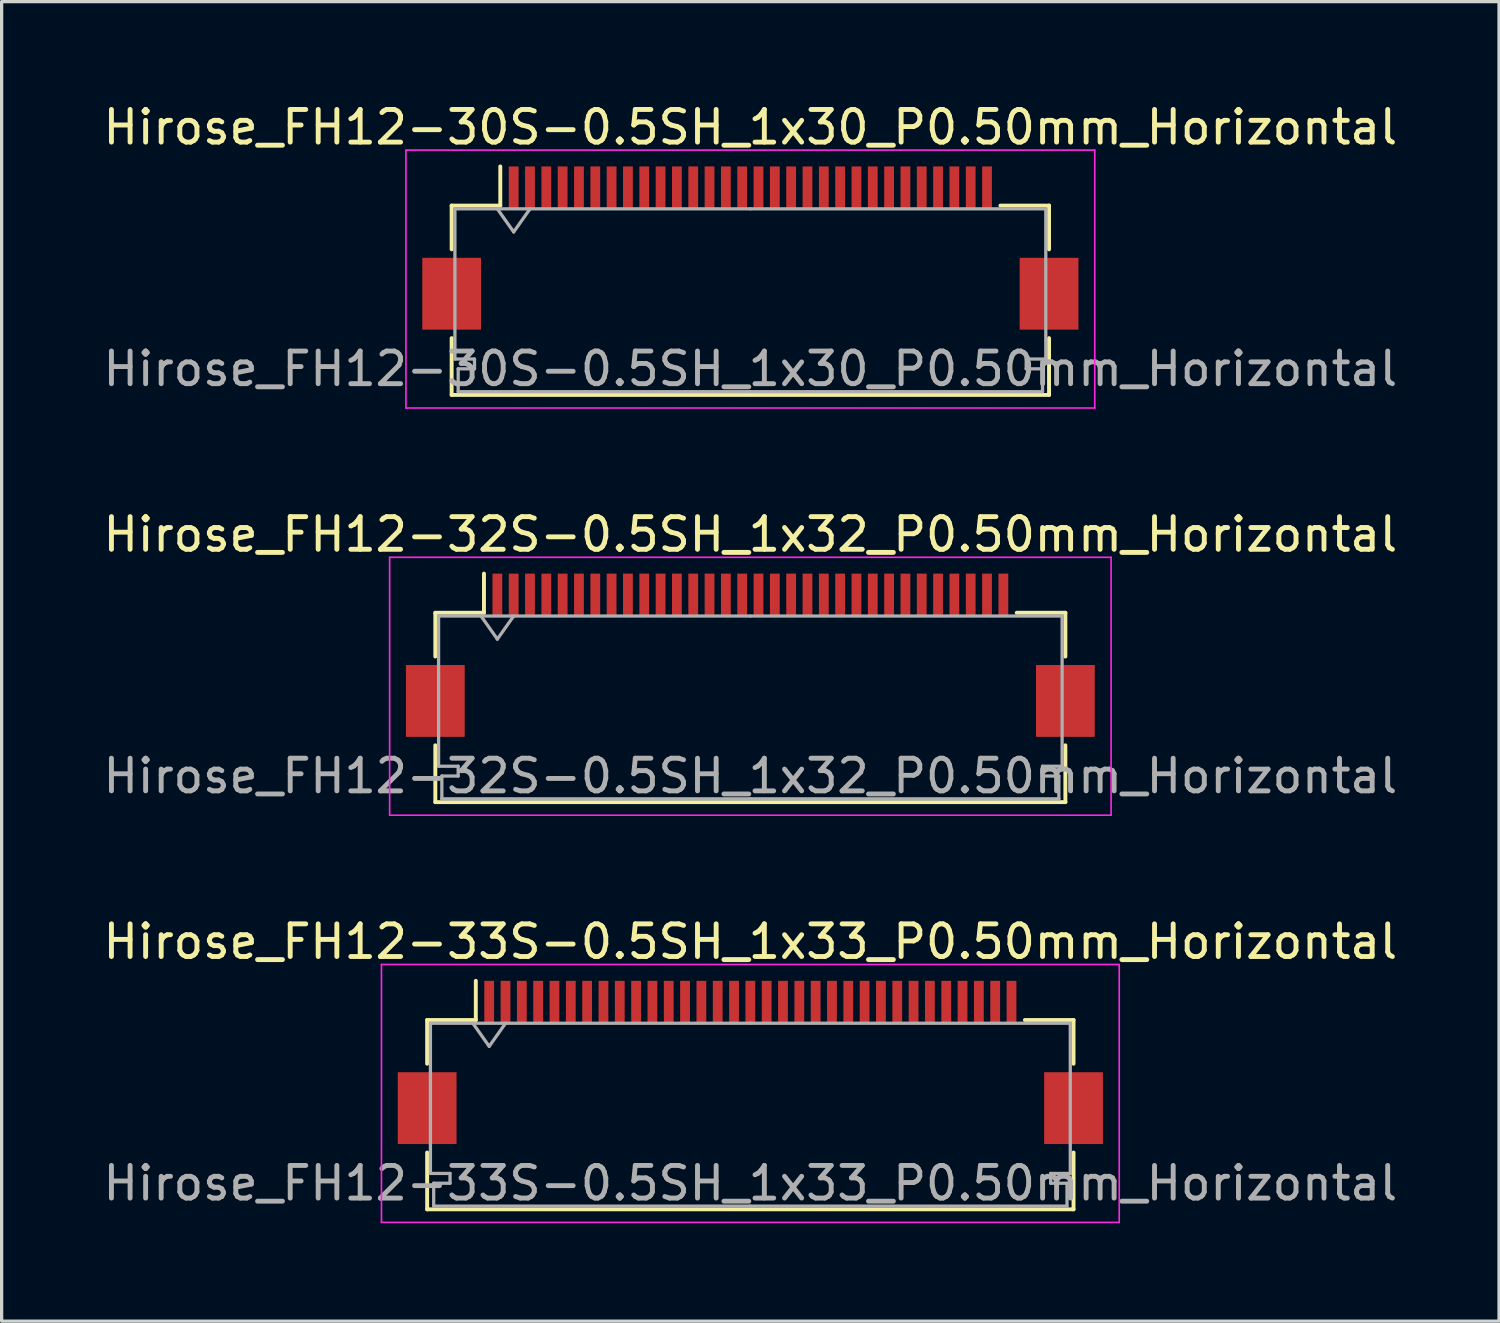
<source format=kicad_pcb>
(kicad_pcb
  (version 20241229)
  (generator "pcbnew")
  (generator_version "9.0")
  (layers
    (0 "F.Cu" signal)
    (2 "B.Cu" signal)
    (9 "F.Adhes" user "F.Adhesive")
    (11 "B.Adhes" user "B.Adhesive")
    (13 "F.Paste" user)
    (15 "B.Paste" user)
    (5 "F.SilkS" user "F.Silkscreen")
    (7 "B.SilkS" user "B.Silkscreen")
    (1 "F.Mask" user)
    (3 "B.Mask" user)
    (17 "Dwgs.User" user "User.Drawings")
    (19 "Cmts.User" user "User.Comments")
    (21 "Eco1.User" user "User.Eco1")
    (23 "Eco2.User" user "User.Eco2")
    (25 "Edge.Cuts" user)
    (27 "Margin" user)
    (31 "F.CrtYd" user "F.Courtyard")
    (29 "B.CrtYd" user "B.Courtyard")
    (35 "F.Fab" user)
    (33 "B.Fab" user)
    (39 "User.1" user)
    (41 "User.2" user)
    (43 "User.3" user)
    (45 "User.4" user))
  (footprint "Hirose_FH12-33S-0.5SH_1x33_P0.50mm_Horizontal"
    (layer "F.Cu")
    (at 19.935 29.495)
    (property "Reference" "Hirose_FH12-33S-0.5SH_1x33_P0.50mm_Horizontal" (at 0 -3.7 0) (layer "F.SilkS") (effects (font (size 1 1) (thickness 0.15))))
    (attr smd)
    (fp_line (start -9.9 -1.3) (end -9.9 0.04) (stroke (width 0.12) (type solid)) (layer "F.SilkS"))
    (fp_line (start -9.9 2.76) (end -9.9 4.5) (stroke (width 0.12) (type solid)) (layer "F.SilkS"))
    (fp_line (start -9.9 4.5) (end 9.9 4.5) (stroke (width 0.12) (type solid)) (layer "F.SilkS"))
    (fp_line (start -8.41 -1.3) (end -9.9 -1.3) (stroke (width 0.12) (type solid)) (layer "F.SilkS"))
    (fp_line (start -8.41 -1.3) (end -8.41 -2.5) (stroke (width 0.12) (type solid)) (layer "F.SilkS"))
    (fp_line (start 8.41 -1.3) (end 9.9 -1.3) (stroke (width 0.12) (type solid)) (layer "F.SilkS"))
    (fp_line (start 9.9 -1.3) (end 9.9 0.04) (stroke (width 0.12) (type solid)) (layer "F.SilkS"))
    (fp_line (start 9.9 4.5) (end 9.9 2.76) (stroke (width 0.12) (type solid)) (layer "F.SilkS"))
    (fp_line (start -11.3 -3) (end -11.3 4.9) (stroke (width 0.05) (type solid)) (layer "F.CrtYd"))
    (fp_line (start -11.3 4.9) (end 11.3 4.9) (stroke (width 0.05) (type solid)) (layer "F.CrtYd"))
    (fp_line (start 11.3 -3) (end -11.3 -3) (stroke (width 0.05) (type solid)) (layer "F.CrtYd"))
    (fp_line (start 11.3 4.9) (end 11.3 -3) (stroke (width 0.05) (type solid)) (layer "F.CrtYd"))
    (fp_line (start -9.8 -1.2) (end -9.8 3.4) (stroke (width 0.1) (type solid)) (layer "F.Fab"))
    (fp_line (start -9.8 3.4) (end -9.2 3.4) (stroke (width 0.1) (type solid)) (layer "F.Fab"))
    (fp_line (start -9.7 3.7) (end -9.7 4.4) (stroke (width 0.1) (type solid)) (layer "F.Fab"))
    (fp_line (start -9.7 4.4) (end 0 4.4) (stroke (width 0.1) (type solid)) (layer "F.Fab"))
    (fp_line (start -9.2 3.4) (end -9.2 3.7) (stroke (width 0.1) (type solid)) (layer "F.Fab"))
    (fp_line (start -9.2 3.7) (end -9.7 3.7) (stroke (width 0.1) (type solid)) (layer "F.Fab"))
    (fp_line (start -8.5 -1.2) (end -8 -0.493) (stroke (width 0.1) (type solid)) (layer "F.Fab"))
    (fp_line (start -8 -0.493) (end -7.5 -1.2) (stroke (width 0.1) (type solid)) (layer "F.Fab"))
    (fp_line (start 0 -1.2) (end -9.8 -1.2) (stroke (width 0.1) (type solid)) (layer "F.Fab"))
    (fp_line (start 0 -1.2) (end 9.8 -1.2) (stroke (width 0.1) (type solid)) (layer "F.Fab"))
    (fp_line (start 9.2 3.4) (end 9.2 3.7) (stroke (width 0.1) (type solid)) (layer "F.Fab"))
    (fp_line (start 9.2 3.7) (end 9.7 3.7) (stroke (width 0.1) (type solid)) (layer "F.Fab"))
    (fp_line (start 9.7 3.7) (end 9.7 4.4) (stroke (width 0.1) (type solid)) (layer "F.Fab"))
    (fp_line (start 9.7 4.4) (end 0 4.4) (stroke (width 0.1) (type solid)) (layer "F.Fab"))
    (fp_line (start 9.8 -1.2) (end 9.8 3.4) (stroke (width 0.1) (type solid)) (layer "F.Fab"))
    (fp_line (start 9.8 3.4) (end 9.2 3.4) (stroke (width 0.1) (type solid)) (layer "F.Fab"))
    (fp_text user "${REFERENCE}" (at 0 3.7 0) (layer "F.Fab") (effects (font (size 1 1) (thickness 0.15))))
    (pad "" smd rect (at -9.9 1.4) (size 1.8 2.2) (layers "F.Cu" "F.Mask" "F.Paste"))
    (pad "" smd rect (at 9.9 1.4) (size 1.8 2.2) (layers "F.Cu" "F.Mask" "F.Paste"))
    (pad "1" smd rect (at -8 -1.85) (size 0.3 1.3) (layers "F.Cu" "F.Mask" "F.Paste"))
    (pad "2" smd rect (at -7.5 -1.85) (size 0.3 1.3) (layers "F.Cu" "F.Mask" "F.Paste"))
    (pad "3" smd rect (at -7 -1.85) (size 0.3 1.3) (layers "F.Cu" "F.Mask" "F.Paste"))
    (pad "4" smd rect (at -6.5 -1.85) (size 0.3 1.3) (layers "F.Cu" "F.Mask" "F.Paste"))
    (pad "5" smd rect (at -6 -1.85) (size 0.3 1.3) (layers "F.Cu" "F.Mask" "F.Paste"))
    (pad "6" smd rect (at -5.5 -1.85) (size 0.3 1.3) (layers "F.Cu" "F.Mask" "F.Paste"))
    (pad "7" smd rect (at -5 -1.85) (size 0.3 1.3) (layers "F.Cu" "F.Mask" "F.Paste"))
    (pad "8" smd rect (at -4.5 -1.85) (size 0.3 1.3) (layers "F.Cu" "F.Mask" "F.Paste"))
    (pad "9" smd rect (at -4 -1.85) (size 0.3 1.3) (layers "F.Cu" "F.Mask" "F.Paste"))
    (pad "10" smd rect (at -3.5 -1.85) (size 0.3 1.3) (layers "F.Cu" "F.Mask" "F.Paste"))
    (pad "11" smd rect (at -3 -1.85) (size 0.3 1.3) (layers "F.Cu" "F.Mask" "F.Paste"))
    (pad "12" smd rect (at -2.5 -1.85) (size 0.3 1.3) (layers "F.Cu" "F.Mask" "F.Paste"))
    (pad "13" smd rect (at -2 -1.85) (size 0.3 1.3) (layers "F.Cu" "F.Mask" "F.Paste"))
    (pad "14" smd rect (at -1.5 -1.85) (size 0.3 1.3) (layers "F.Cu" "F.Mask" "F.Paste"))
    (pad "15" smd rect (at -1 -1.85) (size 0.3 1.3) (layers "F.Cu" "F.Mask" "F.Paste"))
    (pad "16" smd rect (at -0.5 -1.85) (size 0.3 1.3) (layers "F.Cu" "F.Mask" "F.Paste"))
    (pad "17" smd rect (at 0 -1.85) (size 0.3 1.3) (layers "F.Cu" "F.Mask" "F.Paste"))
    (pad "18" smd rect (at 0.5 -1.85) (size 0.3 1.3) (layers "F.Cu" "F.Mask" "F.Paste"))
    (pad "19" smd rect (at 1 -1.85) (size 0.3 1.3) (layers "F.Cu" "F.Mask" "F.Paste"))
    (pad "20" smd rect (at 1.5 -1.85) (size 0.3 1.3) (layers "F.Cu" "F.Mask" "F.Paste"))
    (pad "21" smd rect (at 2 -1.85) (size 0.3 1.3) (layers "F.Cu" "F.Mask" "F.Paste"))
    (pad "22" smd rect (at 2.5 -1.85) (size 0.3 1.3) (layers "F.Cu" "F.Mask" "F.Paste"))
    (pad "23" smd rect (at 3 -1.85) (size 0.3 1.3) (layers "F.Cu" "F.Mask" "F.Paste"))
    (pad "24" smd rect (at 3.5 -1.85) (size 0.3 1.3) (layers "F.Cu" "F.Mask" "F.Paste"))
    (pad "25" smd rect (at 4 -1.85) (size 0.3 1.3) (layers "F.Cu" "F.Mask" "F.Paste"))
    (pad "26" smd rect (at 4.5 -1.85) (size 0.3 1.3) (layers "F.Cu" "F.Mask" "F.Paste"))
    (pad "27" smd rect (at 5 -1.85) (size 0.3 1.3) (layers "F.Cu" "F.Mask" "F.Paste"))
    (pad "28" smd rect (at 5.5 -1.85) (size 0.3 1.3) (layers "F.Cu" "F.Mask" "F.Paste"))
    (pad "29" smd rect (at 6 -1.85) (size 0.3 1.3) (layers "F.Cu" "F.Mask" "F.Paste"))
    (pad "30" smd rect (at 6.5 -1.85) (size 0.3 1.3) (layers "F.Cu" "F.Mask" "F.Paste"))
    (pad "31" smd rect (at 7 -1.85) (size 0.3 1.3) (layers "F.Cu" "F.Mask" "F.Paste"))
    (pad "32" smd rect (at 7.5 -1.85) (size 0.3 1.3) (layers "F.Cu" "F.Mask" "F.Paste"))
    (pad "33" smd rect (at 8 -1.85) (size 0.3 1.3) (layers "F.Cu" "F.Mask" "F.Paste")))
  (footprint "Hirose_FH12-30S-0.5SH_1x30_P0.50mm_Horizontal"
    (layer "F.Cu")
    (at 19.935 4.548)
    (property "Reference" "Hirose_FH12-30S-0.5SH_1x30_P0.50mm_Horizontal" (at 0 -3.7 0) (layer "F.SilkS") (effects (font (size 1 1) (thickness 0.15))))
    (attr smd)
    (fp_line (start -9.15 -1.3) (end -9.15 0.04) (stroke (width 0.12) (type solid)) (layer "F.SilkS"))
    (fp_line (start -9.15 2.76) (end -9.15 4.5) (stroke (width 0.12) (type solid)) (layer "F.SilkS"))
    (fp_line (start -9.15 4.5) (end 9.15 4.5) (stroke (width 0.12) (type solid)) (layer "F.SilkS"))
    (fp_line (start -7.66 -1.3) (end -9.15 -1.3) (stroke (width 0.12) (type solid)) (layer "F.SilkS"))
    (fp_line (start -7.66 -1.3) (end -7.66 -2.5) (stroke (width 0.12) (type solid)) (layer "F.SilkS"))
    (fp_line (start 7.66 -1.3) (end 9.15 -1.3) (stroke (width 0.12) (type solid)) (layer "F.SilkS"))
    (fp_line (start 9.15 -1.3) (end 9.15 0.04) (stroke (width 0.12) (type solid)) (layer "F.SilkS"))
    (fp_line (start 9.15 4.5) (end 9.15 2.76) (stroke (width 0.12) (type solid)) (layer "F.SilkS"))
    (fp_line (start -10.55 -3) (end -10.55 4.9) (stroke (width 0.05) (type solid)) (layer "F.CrtYd"))
    (fp_line (start -10.55 4.9) (end 10.55 4.9) (stroke (width 0.05) (type solid)) (layer "F.CrtYd"))
    (fp_line (start 10.55 -3) (end -10.55 -3) (stroke (width 0.05) (type solid)) (layer "F.CrtYd"))
    (fp_line (start 10.55 4.9) (end 10.55 -3) (stroke (width 0.05) (type solid)) (layer "F.CrtYd"))
    (fp_line (start -9.05 -1.2) (end -9.05 3.4) (stroke (width 0.1) (type solid)) (layer "F.Fab"))
    (fp_line (start -9.05 3.4) (end -8.45 3.4) (stroke (width 0.1) (type solid)) (layer "F.Fab"))
    (fp_line (start -8.95 3.7) (end -8.95 4.4) (stroke (width 0.1) (type solid)) (layer "F.Fab"))
    (fp_line (start -8.95 4.4) (end 0 4.4) (stroke (width 0.1) (type solid)) (layer "F.Fab"))
    (fp_line (start -8.45 3.4) (end -8.45 3.7) (stroke (width 0.1) (type solid)) (layer "F.Fab"))
    (fp_line (start -8.45 3.7) (end -8.95 3.7) (stroke (width 0.1) (type solid)) (layer "F.Fab"))
    (fp_line (start -7.75 -1.2) (end -7.25 -0.493) (stroke (width 0.1) (type solid)) (layer "F.Fab"))
    (fp_line (start -7.25 -0.493) (end -6.75 -1.2) (stroke (width 0.1) (type solid)) (layer "F.Fab"))
    (fp_line (start 0 -1.2) (end -9.05 -1.2) (stroke (width 0.1) (type solid)) (layer "F.Fab"))
    (fp_line (start 0 -1.2) (end 9.05 -1.2) (stroke (width 0.1) (type solid)) (layer "F.Fab"))
    (fp_line (start 8.45 3.4) (end 8.45 3.7) (stroke (width 0.1) (type solid)) (layer "F.Fab"))
    (fp_line (start 8.45 3.7) (end 8.95 3.7) (stroke (width 0.1) (type solid)) (layer "F.Fab"))
    (fp_line (start 8.95 3.7) (end 8.95 4.4) (stroke (width 0.1) (type solid)) (layer "F.Fab"))
    (fp_line (start 8.95 4.4) (end 0 4.4) (stroke (width 0.1) (type solid)) (layer "F.Fab"))
    (fp_line (start 9.05 -1.2) (end 9.05 3.4) (stroke (width 0.1) (type solid)) (layer "F.Fab"))
    (fp_line (start 9.05 3.4) (end 8.45 3.4) (stroke (width 0.1) (type solid)) (layer "F.Fab"))
    (fp_text user "${REFERENCE}" (at 0 3.7 0) (layer "F.Fab") (effects (font (size 1 1) (thickness 0.15))))
    (pad "" smd rect (at -9.15 1.4) (size 1.8 2.2) (layers "F.Cu" "F.Mask" "F.Paste"))
    (pad "" smd rect (at 9.15 1.4) (size 1.8 2.2) (layers "F.Cu" "F.Mask" "F.Paste"))
    (pad "1" smd rect (at -7.25 -1.85) (size 0.3 1.3) (layers "F.Cu" "F.Mask" "F.Paste"))
    (pad "2" smd rect (at -6.75 -1.85) (size 0.3 1.3) (layers "F.Cu" "F.Mask" "F.Paste"))
    (pad "3" smd rect (at -6.25 -1.85) (size 0.3 1.3) (layers "F.Cu" "F.Mask" "F.Paste"))
    (pad "4" smd rect (at -5.75 -1.85) (size 0.3 1.3) (layers "F.Cu" "F.Mask" "F.Paste"))
    (pad "5" smd rect (at -5.25 -1.85) (size 0.3 1.3) (layers "F.Cu" "F.Mask" "F.Paste"))
    (pad "6" smd rect (at -4.75 -1.85) (size 0.3 1.3) (layers "F.Cu" "F.Mask" "F.Paste"))
    (pad "7" smd rect (at -4.25 -1.85) (size 0.3 1.3) (layers "F.Cu" "F.Mask" "F.Paste"))
    (pad "8" smd rect (at -3.75 -1.85) (size 0.3 1.3) (layers "F.Cu" "F.Mask" "F.Paste"))
    (pad "9" smd rect (at -3.25 -1.85) (size 0.3 1.3) (layers "F.Cu" "F.Mask" "F.Paste"))
    (pad "10" smd rect (at -2.75 -1.85) (size 0.3 1.3) (layers "F.Cu" "F.Mask" "F.Paste"))
    (pad "11" smd rect (at -2.25 -1.85) (size 0.3 1.3) (layers "F.Cu" "F.Mask" "F.Paste"))
    (pad "12" smd rect (at -1.75 -1.85) (size 0.3 1.3) (layers "F.Cu" "F.Mask" "F.Paste"))
    (pad "13" smd rect (at -1.25 -1.85) (size 0.3 1.3) (layers "F.Cu" "F.Mask" "F.Paste"))
    (pad "14" smd rect (at -0.75 -1.85) (size 0.3 1.3) (layers "F.Cu" "F.Mask" "F.Paste"))
    (pad "15" smd rect (at -0.25 -1.85) (size 0.3 1.3) (layers "F.Cu" "F.Mask" "F.Paste"))
    (pad "16" smd rect (at 0.25 -1.85) (size 0.3 1.3) (layers "F.Cu" "F.Mask" "F.Paste"))
    (pad "17" smd rect (at 0.75 -1.85) (size 0.3 1.3) (layers "F.Cu" "F.Mask" "F.Paste"))
    (pad "18" smd rect (at 1.25 -1.85) (size 0.3 1.3) (layers "F.Cu" "F.Mask" "F.Paste"))
    (pad "19" smd rect (at 1.75 -1.85) (size 0.3 1.3) (layers "F.Cu" "F.Mask" "F.Paste"))
    (pad "20" smd rect (at 2.25 -1.85) (size 0.3 1.3) (layers "F.Cu" "F.Mask" "F.Paste"))
    (pad "21" smd rect (at 2.75 -1.85) (size 0.3 1.3) (layers "F.Cu" "F.Mask" "F.Paste"))
    (pad "22" smd rect (at 3.25 -1.85) (size 0.3 1.3) (layers "F.Cu" "F.Mask" "F.Paste"))
    (pad "23" smd rect (at 3.75 -1.85) (size 0.3 1.3) (layers "F.Cu" "F.Mask" "F.Paste"))
    (pad "24" smd rect (at 4.25 -1.85) (size 0.3 1.3) (layers "F.Cu" "F.Mask" "F.Paste"))
    (pad "25" smd rect (at 4.75 -1.85) (size 0.3 1.3) (layers "F.Cu" "F.Mask" "F.Paste"))
    (pad "26" smd rect (at 5.25 -1.85) (size 0.3 1.3) (layers "F.Cu" "F.Mask" "F.Paste"))
    (pad "27" smd rect (at 5.75 -1.85) (size 0.3 1.3) (layers "F.Cu" "F.Mask" "F.Paste"))
    (pad "28" smd rect (at 6.25 -1.85) (size 0.3 1.3) (layers "F.Cu" "F.Mask" "F.Paste"))
    (pad "29" smd rect (at 6.75 -1.85) (size 0.3 1.3) (layers "F.Cu" "F.Mask" "F.Paste"))
    (pad "30" smd rect (at 7.25 -1.85) (size 0.3 1.3) (layers "F.Cu" "F.Mask" "F.Paste")))
  (footprint "Hirose_FH12-32S-0.5SH_1x32_P0.50mm_Horizontal"
    (layer "F.Cu")
    (at 19.935 17.021)
    (property "Reference" "Hirose_FH12-32S-0.5SH_1x32_P0.50mm_Horizontal" (at 0 -3.7 0) (layer "F.SilkS") (effects (font (size 1 1) (thickness 0.15))))
    (attr smd)
    (fp_line (start -9.65 -1.3) (end -9.65 0.04) (stroke (width 0.12) (type solid)) (layer "F.SilkS"))
    (fp_line (start -9.65 2.76) (end -9.65 4.5) (stroke (width 0.12) (type solid)) (layer "F.SilkS"))
    (fp_line (start -9.65 4.5) (end 9.65 4.5) (stroke (width 0.12) (type solid)) (layer "F.SilkS"))
    (fp_line (start -8.16 -1.3) (end -9.65 -1.3) (stroke (width 0.12) (type solid)) (layer "F.SilkS"))
    (fp_line (start -8.16 -1.3) (end -8.16 -2.5) (stroke (width 0.12) (type solid)) (layer "F.SilkS"))
    (fp_line (start 8.16 -1.3) (end 9.65 -1.3) (stroke (width 0.12) (type solid)) (layer "F.SilkS"))
    (fp_line (start 9.65 -1.3) (end 9.65 0.04) (stroke (width 0.12) (type solid)) (layer "F.SilkS"))
    (fp_line (start 9.65 4.5) (end 9.65 2.76) (stroke (width 0.12) (type solid)) (layer "F.SilkS"))
    (fp_line (start -11.05 -3) (end -11.05 4.9) (stroke (width 0.05) (type solid)) (layer "F.CrtYd"))
    (fp_line (start -11.05 4.9) (end 11.05 4.9) (stroke (width 0.05) (type solid)) (layer "F.CrtYd"))
    (fp_line (start 11.05 -3) (end -11.05 -3) (stroke (width 0.05) (type solid)) (layer "F.CrtYd"))
    (fp_line (start 11.05 4.9) (end 11.05 -3) (stroke (width 0.05) (type solid)) (layer "F.CrtYd"))
    (fp_line (start -9.55 -1.2) (end -9.55 3.4) (stroke (width 0.1) (type solid)) (layer "F.Fab"))
    (fp_line (start -9.55 3.4) (end -8.95 3.4) (stroke (width 0.1) (type solid)) (layer "F.Fab"))
    (fp_line (start -9.45 3.7) (end -9.45 4.4) (stroke (width 0.1) (type solid)) (layer "F.Fab"))
    (fp_line (start -9.45 4.4) (end 0 4.4) (stroke (width 0.1) (type solid)) (layer "F.Fab"))
    (fp_line (start -8.95 3.4) (end -8.95 3.7) (stroke (width 0.1) (type solid)) (layer "F.Fab"))
    (fp_line (start -8.95 3.7) (end -9.45 3.7) (stroke (width 0.1) (type solid)) (layer "F.Fab"))
    (fp_line (start -8.25 -1.2) (end -7.75 -0.493) (stroke (width 0.1) (type solid)) (layer "F.Fab"))
    (fp_line (start -7.75 -0.493) (end -7.25 -1.2) (stroke (width 0.1) (type solid)) (layer "F.Fab"))
    (fp_line (start 0 -1.2) (end -9.55 -1.2) (stroke (width 0.1) (type solid)) (layer "F.Fab"))
    (fp_line (start 0 -1.2) (end 9.55 -1.2) (stroke (width 0.1) (type solid)) (layer "F.Fab"))
    (fp_line (start 8.95 3.4) (end 8.95 3.7) (stroke (width 0.1) (type solid)) (layer "F.Fab"))
    (fp_line (start 8.95 3.7) (end 9.45 3.7) (stroke (width 0.1) (type solid)) (layer "F.Fab"))
    (fp_line (start 9.45 3.7) (end 9.45 4.4) (stroke (width 0.1) (type solid)) (layer "F.Fab"))
    (fp_line (start 9.45 4.4) (end 0 4.4) (stroke (width 0.1) (type solid)) (layer "F.Fab"))
    (fp_line (start 9.55 -1.2) (end 9.55 3.4) (stroke (width 0.1) (type solid)) (layer "F.Fab"))
    (fp_line (start 9.55 3.4) (end 8.95 3.4) (stroke (width 0.1) (type solid)) (layer "F.Fab"))
    (fp_text user "${REFERENCE}" (at 0 3.7 0) (layer "F.Fab") (effects (font (size 1 1) (thickness 0.15))))
    (pad "" smd rect (at -9.65 1.4) (size 1.8 2.2) (layers "F.Cu" "F.Mask" "F.Paste"))
    (pad "" smd rect (at 9.65 1.4) (size 1.8 2.2) (layers "F.Cu" "F.Mask" "F.Paste"))
    (pad "1" smd rect (at -7.75 -1.85) (size 0.3 1.3) (layers "F.Cu" "F.Mask" "F.Paste"))
    (pad "2" smd rect (at -7.25 -1.85) (size 0.3 1.3) (layers "F.Cu" "F.Mask" "F.Paste"))
    (pad "3" smd rect (at -6.75 -1.85) (size 0.3 1.3) (layers "F.Cu" "F.Mask" "F.Paste"))
    (pad "4" smd rect (at -6.25 -1.85) (size 0.3 1.3) (layers "F.Cu" "F.Mask" "F.Paste"))
    (pad "5" smd rect (at -5.75 -1.85) (size 0.3 1.3) (layers "F.Cu" "F.Mask" "F.Paste"))
    (pad "6" smd rect (at -5.25 -1.85) (size 0.3 1.3) (layers "F.Cu" "F.Mask" "F.Paste"))
    (pad "7" smd rect (at -4.75 -1.85) (size 0.3 1.3) (layers "F.Cu" "F.Mask" "F.Paste"))
    (pad "8" smd rect (at -4.25 -1.85) (size 0.3 1.3) (layers "F.Cu" "F.Mask" "F.Paste"))
    (pad "9" smd rect (at -3.75 -1.85) (size 0.3 1.3) (layers "F.Cu" "F.Mask" "F.Paste"))
    (pad "10" smd rect (at -3.25 -1.85) (size 0.3 1.3) (layers "F.Cu" "F.Mask" "F.Paste"))
    (pad "11" smd rect (at -2.75 -1.85) (size 0.3 1.3) (layers "F.Cu" "F.Mask" "F.Paste"))
    (pad "12" smd rect (at -2.25 -1.85) (size 0.3 1.3) (layers "F.Cu" "F.Mask" "F.Paste"))
    (pad "13" smd rect (at -1.75 -1.85) (size 0.3 1.3) (layers "F.Cu" "F.Mask" "F.Paste"))
    (pad "14" smd rect (at -1.25 -1.85) (size 0.3 1.3) (layers "F.Cu" "F.Mask" "F.Paste"))
    (pad "15" smd rect (at -0.75 -1.85) (size 0.3 1.3) (layers "F.Cu" "F.Mask" "F.Paste"))
    (pad "16" smd rect (at -0.25 -1.85) (size 0.3 1.3) (layers "F.Cu" "F.Mask" "F.Paste"))
    (pad "17" smd rect (at 0.25 -1.85) (size 0.3 1.3) (layers "F.Cu" "F.Mask" "F.Paste"))
    (pad "18" smd rect (at 0.75 -1.85) (size 0.3 1.3) (layers "F.Cu" "F.Mask" "F.Paste"))
    (pad "19" smd rect (at 1.25 -1.85) (size 0.3 1.3) (layers "F.Cu" "F.Mask" "F.Paste"))
    (pad "20" smd rect (at 1.75 -1.85) (size 0.3 1.3) (layers "F.Cu" "F.Mask" "F.Paste"))
    (pad "21" smd rect (at 2.25 -1.85) (size 0.3 1.3) (layers "F.Cu" "F.Mask" "F.Paste"))
    (pad "22" smd rect (at 2.75 -1.85) (size 0.3 1.3) (layers "F.Cu" "F.Mask" "F.Paste"))
    (pad "23" smd rect (at 3.25 -1.85) (size 0.3 1.3) (layers "F.Cu" "F.Mask" "F.Paste"))
    (pad "24" smd rect (at 3.75 -1.85) (size 0.3 1.3) (layers "F.Cu" "F.Mask" "F.Paste"))
    (pad "25" smd rect (at 4.25 -1.85) (size 0.3 1.3) (layers "F.Cu" "F.Mask" "F.Paste"))
    (pad "26" smd rect (at 4.75 -1.85) (size 0.3 1.3) (layers "F.Cu" "F.Mask" "F.Paste"))
    (pad "27" smd rect (at 5.25 -1.85) (size 0.3 1.3) (layers "F.Cu" "F.Mask" "F.Paste"))
    (pad "28" smd rect (at 5.75 -1.85) (size 0.3 1.3) (layers "F.Cu" "F.Mask" "F.Paste"))
    (pad "29" smd rect (at 6.25 -1.85) (size 0.3 1.3) (layers "F.Cu" "F.Mask" "F.Paste"))
    (pad "30" smd rect (at 6.75 -1.85) (size 0.3 1.3) (layers "F.Cu" "F.Mask" "F.Paste"))
    (pad "31" smd rect (at 7.25 -1.85) (size 0.3 1.3) (layers "F.Cu" "F.Mask" "F.Paste"))
    (pad "32" smd rect (at 7.75 -1.85) (size 0.3 1.3) (layers "F.Cu" "F.Mask" "F.Paste")))
  (gr_rect
    (start -3 -3)
    (end 42.869 37.42)
    (stroke (width 0.1) (type default))
    (fill no)
    (layer "Edge.Cuts")))
</source>
